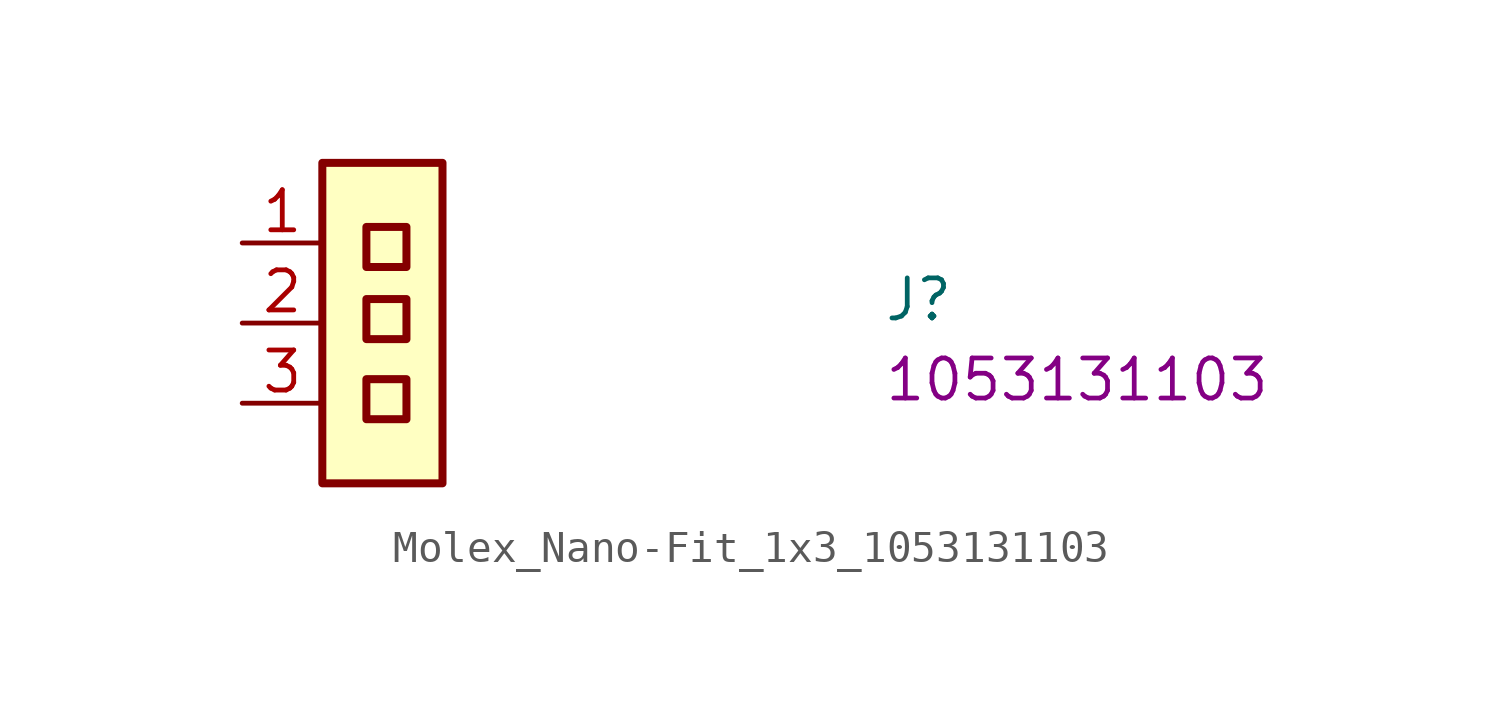
<source format=kicad_sym>
(kicad_symbol_lib
  (version 20220914)
  (generator kicad_symbol_editor)
  (symbol "Molex_Nano-Fit_1x3_1053131103"
    (property "Reference" "J"
      (at 20.32 -2.54 0)
      (effects (font (size 1.27 1.27) (thickness 0.15)) (justify left bottom)))
    (property "MPN" "1053131103"
      (at 20.32 -5.08 0)
      (effects (font (size 1.27 1.27) (thickness 0.15)) (justify left bottom)))
    (symbol "Molex_Nano-Fit_1x3_1053131103_1_1"
      (rectangle (start 2.54 2.54) (end 6.35 -7.62) (stroke (width 0.254) (type default)) (fill (type background)))
      (rectangle (start 3.937 -5.588) (end 5.207 -4.318) (stroke (width 0.254) (type default)) (fill (type background)))
      (rectangle (start 3.937 -3.048) (end 5.207 -1.778) (stroke (width 0.254) (type default)) (fill (type background)))
      (rectangle (start 3.937 -0.762) (end 5.207 0.508) (stroke (width 0.254) (type default)) (fill (type background)))
      (pin passive line (at 0 0 0) (length 2.54) (name "~" (effects (font (size 1.27 1.27)))) (number "1" (effects (font (size 1.27 1.27)))))
      (pin passive line (at 0 -2.54 0) (length 2.54) (name "~" (effects (font (size 1.27 1.27)))) (number "2" (effects (font (size 1.27 1.27)))))
      (pin passive line (at 0 -5.08 0) (length 2.54) (name "~" (effects (font (size 1.27 1.27)))) (number "3" (effects (font (size 1.27 1.27))))))))
</source>
